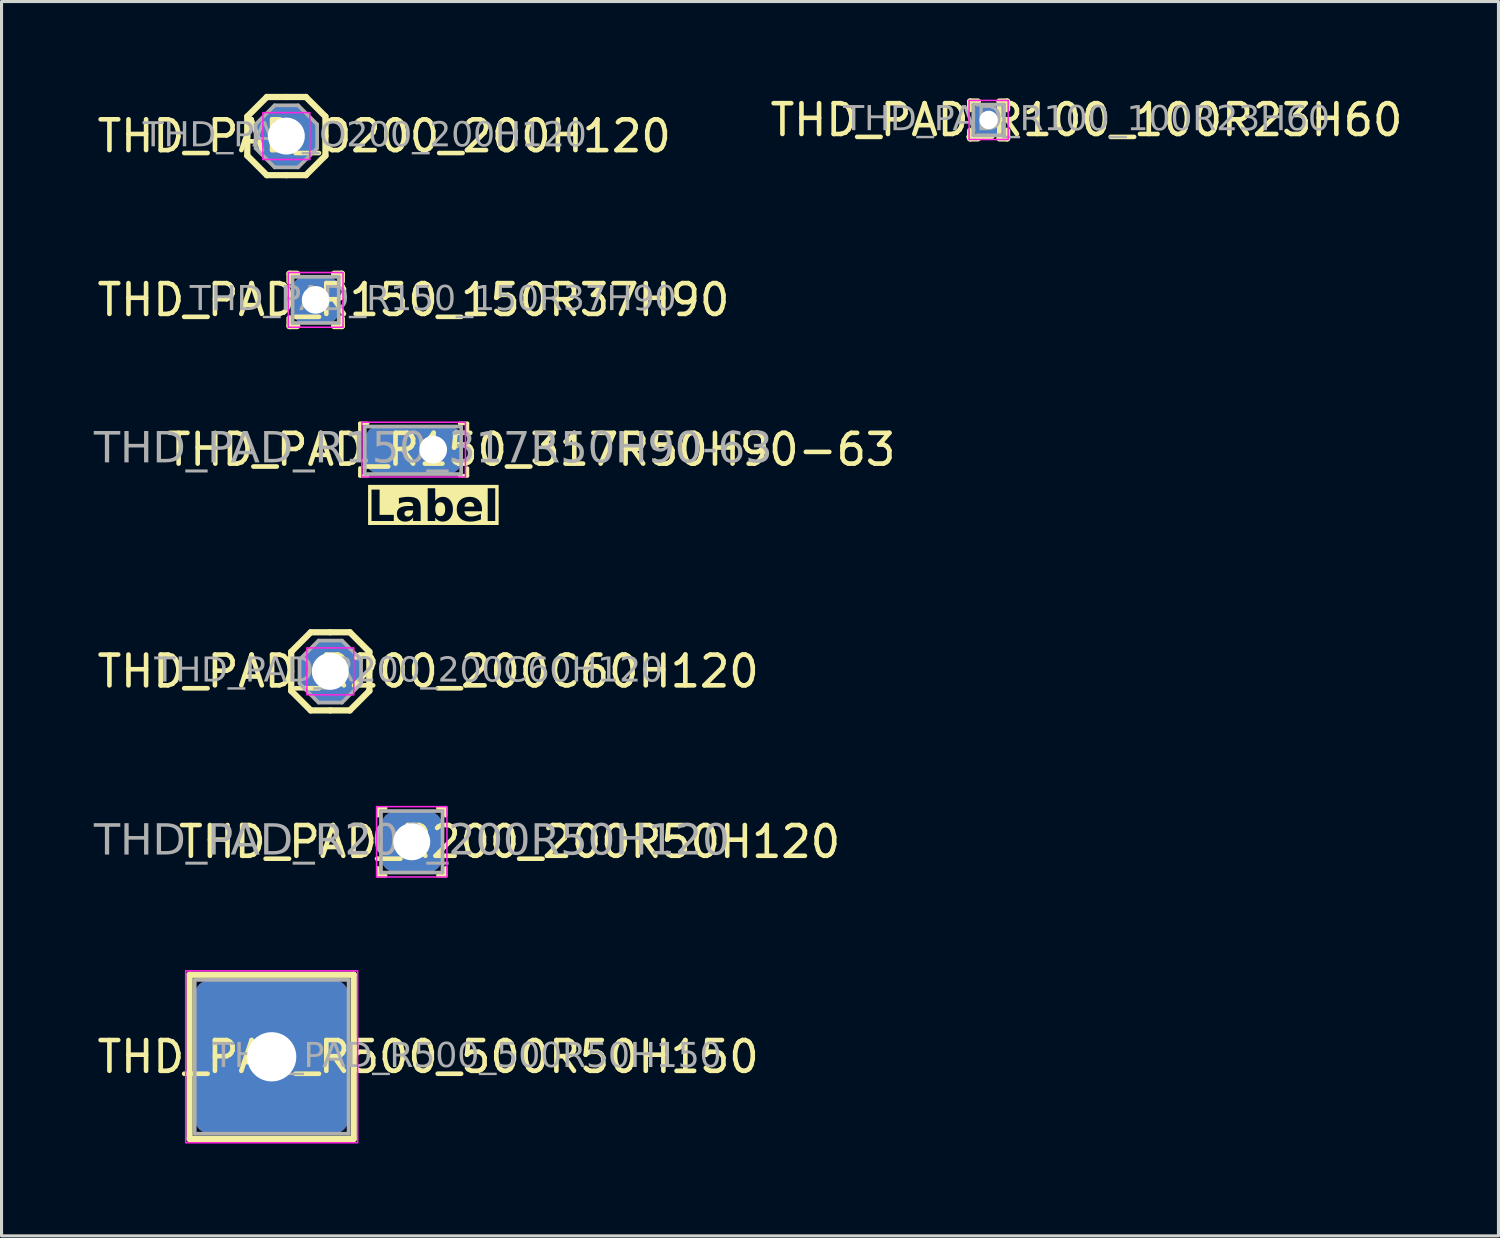
<source format=kicad_pcb>
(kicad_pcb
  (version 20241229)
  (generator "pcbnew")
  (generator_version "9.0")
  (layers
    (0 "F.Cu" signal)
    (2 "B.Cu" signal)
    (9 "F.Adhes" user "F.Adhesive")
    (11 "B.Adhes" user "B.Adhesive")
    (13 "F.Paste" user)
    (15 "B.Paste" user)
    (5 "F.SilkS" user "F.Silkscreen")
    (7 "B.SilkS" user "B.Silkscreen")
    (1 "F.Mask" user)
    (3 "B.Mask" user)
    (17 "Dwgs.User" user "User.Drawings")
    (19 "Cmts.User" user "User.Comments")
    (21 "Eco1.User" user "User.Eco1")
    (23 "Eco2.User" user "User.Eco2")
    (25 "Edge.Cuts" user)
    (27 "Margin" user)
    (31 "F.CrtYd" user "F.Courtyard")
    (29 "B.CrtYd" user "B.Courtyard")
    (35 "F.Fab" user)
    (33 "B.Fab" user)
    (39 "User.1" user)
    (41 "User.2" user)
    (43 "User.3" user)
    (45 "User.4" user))
  (footprint "THD_PAD_O200_200H120"
    (layer "F.Cu")
    (at 6.255 1.372)
    (property "Reference" "THD_PAD_O200_200H120" (at 3.18 0 0) (layer "F.SilkS") (effects (font (size 1 1) (thickness 0.15))))
    (attr through_hole exclude_from_pos_files exclude_from_bom)
    (fp_line (start -1.27 0) (end -1.27 -0.635) (stroke (width 0.203) (type solid)) (layer "F.SilkS"))
    (fp_line (start -1.27 0) (end -1.27 0.635) (stroke (width 0.203) (type solid)) (layer "F.SilkS"))
    (fp_line (start -1.27 0.635) (end -0.635 1.27) (stroke (width 0.203) (type solid)) (layer "F.SilkS"))
    (fp_line (start -0.635 -1.27) (end -1.27 -0.635) (stroke (width 0.203) (type solid)) (layer "F.SilkS"))
    (fp_line (start 0 -1.27) (end -0.635 -1.27) (stroke (width 0.203) (type solid)) (layer "F.SilkS"))
    (fp_line (start 0 -1.27) (end 0.635 -1.27) (stroke (width 0.203) (type solid)) (layer "F.SilkS"))
    (fp_line (start 0 1.27) (end -0.635 1.27) (stroke (width 0.203) (type solid)) (layer "F.SilkS"))
    (fp_line (start 0 1.27) (end 0.635 1.27) (stroke (width 0.203) (type solid)) (layer "F.SilkS"))
    (fp_line (start 0.635 1.27) (end 1.27 0.635) (stroke (width 0.203) (type solid)) (layer "F.SilkS"))
    (fp_line (start 1.27 -0.635) (end 0.635 -1.27) (stroke (width 0.203) (type solid)) (layer "F.SilkS"))
    (fp_line (start 1.27 0) (end 1.27 -0.635) (stroke (width 0.203) (type solid)) (layer "F.SilkS"))
    (fp_line (start 1.27 0) (end 1.27 0.635) (stroke (width 0.203) (type solid)) (layer "F.SilkS"))
    (fp_rect (start -0.762 -0.762) (end 0.762 0.762) (stroke (width 0.05) (type default)) (fill no) (layer "F.CrtYd"))
    (fp_line (start -1 -0.381) (end -1 0.381) (stroke (width 0.12) (type solid)) (layer "F.Fab"))
    (fp_line (start -1 -0.381) (end -0.381 -1) (stroke (width 0.12) (type solid)) (layer "F.Fab"))
    (fp_line (start -0.381 -1) (end 0.381 -1) (stroke (width 0.12) (type solid)) (layer "F.Fab"))
    (fp_line (start -0.381 1.016) (end -1 0.397) (stroke (width 0.12) (type solid)) (layer "F.Fab"))
    (fp_line (start -0.381 1.016) (end 0.381 1.016) (stroke (width 0.12) (type solid)) (layer "F.Fab"))
    (fp_line (start 1 -0.381) (end 0.381 -1) (stroke (width 0.12) (type solid)) (layer "F.Fab"))
    (fp_line (start 1 0.381) (end 1 -0.381) (stroke (width 0.12) (type solid)) (layer "F.Fab"))
    (fp_line (start 1 0.397) (end 0.381 1.016) (stroke (width 0.12) (type solid)) (layer "F.Fab"))
    (fp_text user "${REFERENCE}" (at 2.545 0 0) (layer "F.Fab") (effects (font (face "Tahoma") (size 0.8 0.8) (thickness 0.15))))
    (pad "1" thru_hole roundrect (at 0 0) (size 2 2) (drill 1.2) (layers "*.Cu" "*.Mask") (roundrect_rratio 0) (chamfer_ratio 0.3) (chamfer top_left top_right bottom_left bottom_right)))
  (footprint "THD_PAD_R200_200C60H120"
    (layer "F.Cu")
    (at 7.683 18.765)
    (property "Reference" "THD_PAD_R200_200C60H120" (at 3.18 0 0) (layer "F.SilkS") (effects (font (size 1 1) (thickness 0.15))))
    (attr through_hole exclude_from_pos_files exclude_from_bom)
    (fp_line (start -1.27 0) (end -1.27 -0.635) (stroke (width 0.203) (type solid)) (layer "F.SilkS"))
    (fp_line (start -1.27 0) (end -1.27 0.635) (stroke (width 0.203) (type solid)) (layer "F.SilkS"))
    (fp_line (start -1.27 0.635) (end -0.635 1.27) (stroke (width 0.203) (type solid)) (layer "F.SilkS"))
    (fp_line (start -0.635 -1.27) (end -1.27 -0.635) (stroke (width 0.203) (type solid)) (layer "F.SilkS"))
    (fp_line (start 0 -1.27) (end -0.635 -1.27) (stroke (width 0.203) (type solid)) (layer "F.SilkS"))
    (fp_line (start 0 -1.27) (end 0.635 -1.27) (stroke (width 0.203) (type solid)) (layer "F.SilkS"))
    (fp_line (start 0 1.27) (end -0.635 1.27) (stroke (width 0.203) (type solid)) (layer "F.SilkS"))
    (fp_line (start 0 1.27) (end 0.635 1.27) (stroke (width 0.203) (type solid)) (layer "F.SilkS"))
    (fp_line (start 0.635 1.27) (end 1.27 0.635) (stroke (width 0.203) (type solid)) (layer "F.SilkS"))
    (fp_line (start 1.27 -0.635) (end 0.635 -1.27) (stroke (width 0.203) (type solid)) (layer "F.SilkS"))
    (fp_line (start 1.27 0) (end 1.27 -0.635) (stroke (width 0.203) (type solid)) (layer "F.SilkS"))
    (fp_line (start 1.27 0) (end 1.27 0.635) (stroke (width 0.203) (type solid)) (layer "F.SilkS"))
    (fp_rect (start -0.762 -0.762) (end 0.762 0.762) (stroke (width 0.05) (type default)) (fill no) (layer "F.CrtYd"))
    (fp_line (start -1 -0.381) (end -1 0.381) (stroke (width 0.12) (type solid)) (layer "F.Fab"))
    (fp_line (start -1 -0.381) (end -0.381 -1) (stroke (width 0.12) (type solid)) (layer "F.Fab"))
    (fp_line (start -0.381 -1) (end 0.381 -1) (stroke (width 0.12) (type solid)) (layer "F.Fab"))
    (fp_line (start -0.381 1.016) (end -1 0.397) (stroke (width 0.12) (type solid)) (layer "F.Fab"))
    (fp_line (start -0.381 1.016) (end 0.381 1.016) (stroke (width 0.12) (type solid)) (layer "F.Fab"))
    (fp_line (start 1 -0.381) (end 0.381 -1) (stroke (width 0.12) (type solid)) (layer "F.Fab"))
    (fp_line (start 1 0.381) (end 1 -0.381) (stroke (width 0.12) (type solid)) (layer "F.Fab"))
    (fp_line (start 1 0.397) (end 0.381 1.016) (stroke (width 0.12) (type solid)) (layer "F.Fab"))
    (fp_text user "${REFERENCE}" (at 2.545 0 0) (layer "F.Fab") (effects (font (face "Tahoma") (size 0.8 0.8) (thickness 0.15))))
    (pad "1" thru_hole roundrect (at 0 0) (size 2 2) (drill 1.2) (layers "*.Cu" "*.Mask") (roundrect_rratio 0) (chamfer_ratio 0.3) (chamfer top_left top_right bottom_left bottom_right)))
  (footprint "THD_PAD_R150_317R50H90-63"
    (layer "F.Cu")
    (at 11.027 11.56)
    (property "Reference" "THD_PAD_R150_317R50H90-63" (at 3.18 0 0) (layer "F.SilkS") (effects (font (size 1 1) (thickness 0.15))))
    (property "Label" "Label" (at 0 1.905 0) (layer "F.SilkS" knockout) (effects (font (face "Tahoma") (size 1 1) (thickness 0.2) (bold yes))))
    (attr through_hole exclude_from_pos_files exclude_from_bom)
    (fp_line (start -2.381 -0.6) (end -2.381 -0.85) (stroke (width 0.12) (type solid)) (layer "F.SilkS"))
    (fp_line (start -2.381 0.6) (end -2.381 0.85) (stroke (width 0.12) (type solid)) (layer "F.SilkS"))
    (fp_line (start -2.131 -0.85) (end -2.381 -0.85) (stroke (width 0.12) (type solid)) (layer "F.SilkS"))
    (fp_line (start -2.131 0.85) (end -2.381 0.85) (stroke (width 0.12) (type solid)) (layer "F.SilkS"))
    (fp_line (start 0.861 -0.85) (end 1.111 -0.85) (stroke (width 0.12) (type solid)) (layer "F.SilkS"))
    (fp_line (start 0.861 0.85) (end 1.111 0.85) (stroke (width 0.12) (type solid)) (layer "F.SilkS"))
    (fp_line (start 1.111 -0.6) (end 1.111 -0.85) (stroke (width 0.12) (type solid)) (layer "F.SilkS"))
    (fp_line (start 1.111 0.6) (end 1.111 0.85) (stroke (width 0.12) (type solid)) (layer "F.SilkS"))
    (fp_rect (start -2.318 -0.889) (end 1.048 0.889) (stroke (width 0.05) (type default)) (fill no) (layer "F.CrtYd"))
    (fp_rect (start -2.223 -0.75) (end 0.909 0.794) (stroke (width 0.12) (type default)) (fill no) (layer "F.Fab"))
    (fp_text user "${REFERENCE}" (at 0 0 0) (layer "F.Fab") (effects (font (face "Tahoma") (size 1 1) (thickness 0.15))))
    (pad "1" thru_hole roundrect (at 0 0) (size 3.175 1.587) (drill 0.9 (offset -0.635 0)) (layers "*.Cu" "*.Mask") (roundrect_rratio 0.315)))
  (footprint "THD_PAD_R200_200R50H120"
    (layer "F.Cu")
    (at 10.33 24.304)
    (property "Reference" "THD_PAD_R200_200R50H120" (at 3.18 0 0) (layer "F.SilkS") (effects (font (size 1 1) (thickness 0.15))))
    (attr through_hole exclude_from_pos_files exclude_from_bom)
    (fp_line (start -1.1 -0.85) (end -1.1 -1.1) (stroke (width 0.12) (type solid)) (layer "F.SilkS"))
    (fp_line (start -1.1 0.85) (end -1.1 1.1) (stroke (width 0.12) (type solid)) (layer "F.SilkS"))
    (fp_line (start -0.85 -1.1) (end -1.1 -1.1) (stroke (width 0.12) (type solid)) (layer "F.SilkS"))
    (fp_line (start -0.85 1.1) (end -1.1 1.1) (stroke (width 0.12) (type solid)) (layer "F.SilkS"))
    (fp_line (start 0.85 -1.1) (end 1.1 -1.1) (stroke (width 0.12) (type solid)) (layer "F.SilkS"))
    (fp_line (start 0.85 1.1) (end 1.1 1.1) (stroke (width 0.12) (type solid)) (layer "F.SilkS"))
    (fp_line (start 1.1 -0.85) (end 1.1 -1.1) (stroke (width 0.12) (type solid)) (layer "F.SilkS"))
    (fp_line (start 1.1 0.85) (end 1.1 1.1) (stroke (width 0.12) (type solid)) (layer "F.SilkS"))
    (fp_rect (start -1.143 -1.143) (end 1.143 1.143) (stroke (width 0.05) (type default)) (fill no) (layer "F.CrtYd"))
    (fp_line (start -1 -1) (end -1 1) (stroke (width 0.12) (type solid)) (layer "F.Fab"))
    (fp_line (start -1 -1) (end 1 -1) (stroke (width 0.12) (type solid)) (layer "F.Fab"))
    (fp_line (start -1 1) (end 1 1) (stroke (width 0.12) (type solid)) (layer "F.Fab"))
    (fp_line (start 1 1) (end 1 -1) (stroke (width 0.12) (type solid)) (layer "F.Fab"))
    (fp_text user "${REFERENCE}" (at 0 0 0) (layer "F.Fab") (effects (font (face "Tahoma") (size 1 1) (thickness 0.15))))
    (pad "1" thru_hole roundrect (at 0 0) (size 2 2) (drill 1.2) (layers "*.Cu" "*.Mask") (roundrect_rratio 0.25)))
  (footprint "THD_PAD_R500_500R50H150"
    (layer "F.Cu")
    (at 5.778 31.291)
    (property "Reference" "THD_PAD_R500_500R50H150" (at 5.085 0 0) (layer "F.SilkS") (effects (font (size 1 1) (thickness 0.15))))
    (attr through_hole exclude_from_pos_files exclude_from_bom)
    (fp_line (start -2.667 -2.667) (end 2.667 -2.667) (stroke (width 0.203) (type solid)) (layer "F.SilkS"))
    (fp_line (start -2.667 2.667) (end -2.667 -2.667) (stroke (width 0.203) (type solid)) (layer "F.SilkS"))
    (fp_line (start 2.667 -2.667) (end 2.667 2.667) (stroke (width 0.203) (type solid)) (layer "F.SilkS"))
    (fp_line (start 2.667 2.667) (end -2.667 2.667) (stroke (width 0.203) (type solid)) (layer "F.SilkS"))
    (fp_rect (start -2.794 -2.794) (end 2.794 2.794) (stroke (width 0.05) (type default)) (fill no) (layer "F.CrtYd"))
    (fp_line (start -2.5 -2.5) (end -2.5 2.5) (stroke (width 0.12) (type solid)) (layer "F.Fab"))
    (fp_line (start -2.5 -2.5) (end 2.5 -2.5) (stroke (width 0.12) (type solid)) (layer "F.Fab"))
    (fp_line (start -2.5 2.5) (end 2.5 2.5) (stroke (width 0.12) (type solid)) (layer "F.Fab"))
    (fp_line (start 2.5 2.5) (end 2.5 -2.5) (stroke (width 0.12) (type solid)) (layer "F.Fab"))
    (fp_text user "${REFERENCE}" (at 6.355 0 0) (layer "F.Fab") (effects (font (face "Tahoma") (size 0.8 0.8) (thickness 0.15))))
    (pad "1" thru_hole roundrect (at 0 0) (size 5 5) (drill 1.6) (layers "*.Cu" "*.Mask") (roundrect_rratio 0.1)))
  (footprint "THD_PAD_R150_150R37H90"
    (layer "F.Cu")
    (at 7.207 6.695)
    (property "Reference" "THD_PAD_R150_150R37H90" (at 3.18 0 0) (layer "F.SilkS") (effects (font (size 1 1) (thickness 0.15))))
    (attr through_hole exclude_from_pos_files exclude_from_bom)
    (fp_line (start -0.85 -0.6) (end -0.85 -0.85) (stroke (width 0.203) (type solid)) (layer "F.SilkS"))
    (fp_line (start -0.85 0.6) (end -0.85 0.85) (stroke (width 0.203) (type solid)) (layer "F.SilkS"))
    (fp_line (start -0.6 -0.85) (end -0.85 -0.85) (stroke (width 0.203) (type solid)) (layer "F.SilkS"))
    (fp_line (start -0.6 0.85) (end -0.85 0.85) (stroke (width 0.203) (type solid)) (layer "F.SilkS"))
    (fp_line (start 0.6 -0.85) (end 0.85 -0.85) (stroke (width 0.203) (type solid)) (layer "F.SilkS"))
    (fp_line (start 0.6 0.85) (end 0.85 0.85) (stroke (width 0.203) (type solid)) (layer "F.SilkS"))
    (fp_line (start 0.85 -0.6) (end 0.85 -0.85) (stroke (width 0.203) (type solid)) (layer "F.SilkS"))
    (fp_line (start 0.85 0.6) (end 0.85 0.85) (stroke (width 0.203) (type solid)) (layer "F.SilkS"))
    (fp_rect (start -0.889 -0.889) (end 0.889 0.889) (stroke (width 0.05) (type default)) (fill no) (layer "F.CrtYd"))
    (fp_line (start -0.75 -0.75) (end -0.75 0.75) (stroke (width 0.12) (type solid)) (layer "F.Fab"))
    (fp_line (start -0.75 -0.75) (end 0.75 -0.75) (stroke (width 0.12) (type solid)) (layer "F.Fab"))
    (fp_line (start -0.75 0.75) (end 0.75 0.75) (stroke (width 0.12) (type solid)) (layer "F.Fab"))
    (fp_line (start 0.75 0.75) (end 0.75 -0.75) (stroke (width 0.12) (type solid)) (layer "F.Fab"))
    (fp_text user "${REFERENCE}" (at 3.815 0 0) (layer "F.Fab") (effects (font (face "Tahoma") (size 0.8 0.8) (thickness 0.15))))
    (pad "1" thru_hole roundrect (at 0 0) (size 1.5 1.5) (drill 0.9) (layers "*.Cu" "*.Mask") (roundrect_rratio 0.25)))
  (footprint "THD_PAD_R100_100R23H60"
    (layer "F.Cu")
    (at 29.076 0.848)
    (property "Reference" "THD_PAD_R100_100R23H60" (at 3.18 0 0) (layer "F.SilkS") (effects (font (size 1 1) (thickness 0.15))))
    (attr through_hole exclude_from_pos_files exclude_from_bom)
    (fp_line (start -0.6 -0.35) (end -0.6 -0.6) (stroke (width 0.203) (type solid)) (layer "F.SilkS"))
    (fp_line (start -0.6 0.35) (end -0.6 0.6) (stroke (width 0.203) (type solid)) (layer "F.SilkS"))
    (fp_line (start -0.35 -0.6) (end -0.6 -0.6) (stroke (width 0.203) (type solid)) (layer "F.SilkS"))
    (fp_line (start -0.35 0.6) (end -0.6 0.6) (stroke (width 0.203) (type solid)) (layer "F.SilkS"))
    (fp_line (start 0.35 -0.6) (end 0.6 -0.6) (stroke (width 0.203) (type solid)) (layer "F.SilkS"))
    (fp_line (start 0.35 0.6) (end 0.6 0.6) (stroke (width 0.203) (type solid)) (layer "F.SilkS"))
    (fp_line (start 0.6 -0.35) (end 0.6 -0.6) (stroke (width 0.203) (type solid)) (layer "F.SilkS"))
    (fp_line (start 0.6 0.35) (end 0.6 0.6) (stroke (width 0.203) (type solid)) (layer "F.SilkS"))
    (fp_rect (start -0.635 -0.635) (end 0.635 0.635) (stroke (width 0.05) (type default)) (fill no) (layer "F.CrtYd"))
    (fp_line (start -0.5 -0.5) (end -0.5 0.5) (stroke (width 0.12) (type solid)) (layer "F.Fab"))
    (fp_line (start -0.5 -0.5) (end 0.5 -0.5) (stroke (width 0.12) (type solid)) (layer "F.Fab"))
    (fp_line (start -0.5 0.5) (end 0.5 0.5) (stroke (width 0.12) (type solid)) (layer "F.Fab"))
    (fp_line (start 0.5 0.5) (end 0.5 -0.5) (stroke (width 0.12) (type solid)) (layer "F.Fab"))
    (fp_text user "${REFERENCE}" (at 3.18 0 0) (layer "F.Fab") (effects (font (face "Tahoma") (size 0.8 0.8) (thickness 0.15))))
    (pad "1" thru_hole roundrect (at 0 0) (size 1 1) (drill 0.6) (layers "*.Cu" "*.Mask") (roundrect_rratio 0.25)))
  (gr_rect
    (start -3 -3)
    (end 45.643 37.11)
    (stroke (width 0.1) (type default))
    (fill no)
    (layer "Edge.Cuts")))
</source>
